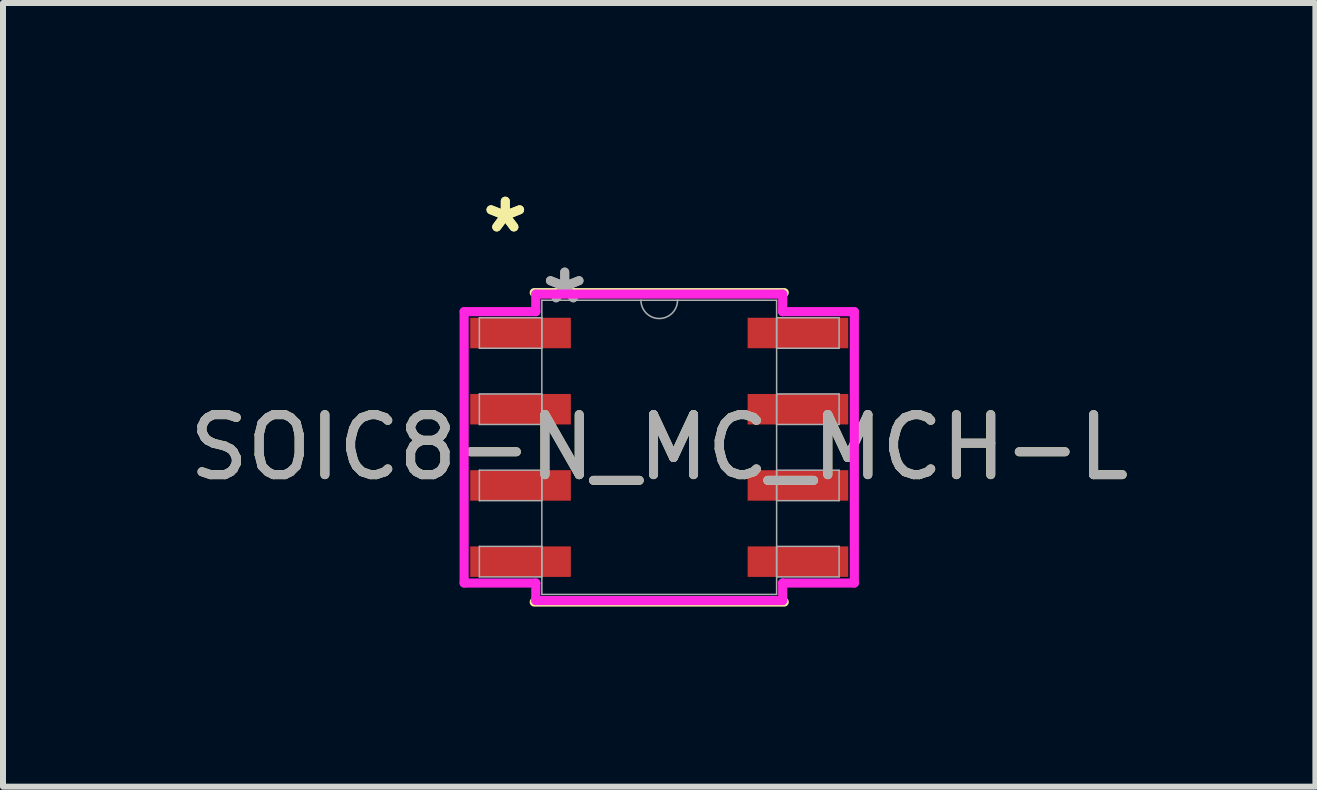
<source format=kicad_pcb>
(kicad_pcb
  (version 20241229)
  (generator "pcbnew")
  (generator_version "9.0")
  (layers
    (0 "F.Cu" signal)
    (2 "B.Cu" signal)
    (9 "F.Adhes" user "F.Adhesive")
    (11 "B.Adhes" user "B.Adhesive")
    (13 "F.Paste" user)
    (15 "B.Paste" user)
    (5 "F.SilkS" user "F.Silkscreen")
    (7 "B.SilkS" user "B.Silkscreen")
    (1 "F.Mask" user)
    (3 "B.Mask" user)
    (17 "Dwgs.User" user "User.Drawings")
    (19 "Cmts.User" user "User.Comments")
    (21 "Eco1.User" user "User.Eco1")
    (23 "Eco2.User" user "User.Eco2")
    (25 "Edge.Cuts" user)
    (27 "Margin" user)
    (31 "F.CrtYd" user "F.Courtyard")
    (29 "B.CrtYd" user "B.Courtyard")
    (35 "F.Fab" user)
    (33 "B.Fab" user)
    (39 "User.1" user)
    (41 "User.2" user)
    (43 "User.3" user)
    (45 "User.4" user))
  (footprint "SOIC8-N_MC_MCH-L"
    (layer "F.Cu")
    (at 7.935 4.404)
    (property "Reference" "SOIC8-N_MC_MCH-L" (at 0 0 0) (unlocked yes) (layer "F.SilkS") (effects (font (size 1 1) (thickness 0.15))))
    (attr smd)
    (fp_line (start -2.083 2.578) (end 2.083 2.578) (stroke (width 0.152) (type solid)) (layer "F.SilkS"))
    (fp_line (start 2.083 -2.578) (end -2.083 -2.578) (stroke (width 0.152) (type solid)) (layer "F.SilkS"))
    (fp_line (start -3.251 -2.261) (end -2.057 -2.261) (stroke (width 0.152) (type solid)) (layer "F.CrtYd"))
    (fp_line (start -3.251 2.261) (end -3.251 -2.261) (stroke (width 0.152) (type solid)) (layer "F.CrtYd"))
    (fp_line (start -3.251 2.261) (end -2.057 2.261) (stroke (width 0.152) (type solid)) (layer "F.CrtYd"))
    (fp_line (start -2.057 -2.553) (end 2.057 -2.553) (stroke (width 0.152) (type solid)) (layer "F.CrtYd"))
    (fp_line (start -2.057 -2.261) (end -2.057 -2.553) (stroke (width 0.152) (type solid)) (layer "F.CrtYd"))
    (fp_line (start -2.057 2.553) (end -2.057 2.261) (stroke (width 0.152) (type solid)) (layer "F.CrtYd"))
    (fp_line (start 2.057 -2.553) (end 2.057 -2.261) (stroke (width 0.152) (type solid)) (layer "F.CrtYd"))
    (fp_line (start 2.057 2.261) (end 2.057 2.553) (stroke (width 0.152) (type solid)) (layer "F.CrtYd"))
    (fp_line (start 2.057 2.553) (end -2.057 2.553) (stroke (width 0.152) (type solid)) (layer "F.CrtYd"))
    (fp_line (start 3.251 -2.261) (end 2.057 -2.261) (stroke (width 0.152) (type solid)) (layer "F.CrtYd"))
    (fp_line (start 3.251 -2.261) (end 3.251 2.261) (stroke (width 0.152) (type solid)) (layer "F.CrtYd"))
    (fp_line (start 3.251 2.261) (end 2.057 2.261) (stroke (width 0.152) (type solid)) (layer "F.CrtYd"))
    (fp_line (start -2.997 -2.159) (end -2.997 -1.651) (stroke (width 0.025) (type solid)) (layer "F.Fab"))
    (fp_line (start -2.997 -1.651) (end -1.956 -1.651) (stroke (width 0.025) (type solid)) (layer "F.Fab"))
    (fp_line (start -2.997 -0.889) (end -2.997 -0.381) (stroke (width 0.025) (type solid)) (layer "F.Fab"))
    (fp_line (start -2.997 -0.381) (end -1.956 -0.381) (stroke (width 0.025) (type solid)) (layer "F.Fab"))
    (fp_line (start -2.997 0.381) (end -2.997 0.889) (stroke (width 0.025) (type solid)) (layer "F.Fab"))
    (fp_line (start -2.997 0.889) (end -1.956 0.889) (stroke (width 0.025) (type solid)) (layer "F.Fab"))
    (fp_line (start -2.997 1.651) (end -2.997 2.159) (stroke (width 0.025) (type solid)) (layer "F.Fab"))
    (fp_line (start -2.997 2.159) (end -1.956 2.159) (stroke (width 0.025) (type solid)) (layer "F.Fab"))
    (fp_line (start -1.956 -2.451) (end -1.956 2.451) (stroke (width 0.025) (type solid)) (layer "F.Fab"))
    (fp_line (start -1.956 -2.159) (end -2.997 -2.159) (stroke (width 0.025) (type solid)) (layer "F.Fab"))
    (fp_line (start -1.956 -1.651) (end -1.956 -2.159) (stroke (width 0.025) (type solid)) (layer "F.Fab"))
    (fp_line (start -1.956 -0.889) (end -2.997 -0.889) (stroke (width 0.025) (type solid)) (layer "F.Fab"))
    (fp_line (start -1.956 -0.381) (end -1.956 -0.889) (stroke (width 0.025) (type solid)) (layer "F.Fab"))
    (fp_line (start -1.956 0.381) (end -2.997 0.381) (stroke (width 0.025) (type solid)) (layer "F.Fab"))
    (fp_line (start -1.956 0.889) (end -1.956 0.381) (stroke (width 0.025) (type solid)) (layer "F.Fab"))
    (fp_line (start -1.956 1.651) (end -2.997 1.651) (stroke (width 0.025) (type solid)) (layer "F.Fab"))
    (fp_line (start -1.956 2.159) (end -1.956 1.651) (stroke (width 0.025) (type solid)) (layer "F.Fab"))
    (fp_line (start -1.956 2.451) (end 1.956 2.451) (stroke (width 0.025) (type solid)) (layer "F.Fab"))
    (fp_line (start 1.956 -2.451) (end -1.956 -2.451) (stroke (width 0.025) (type solid)) (layer "F.Fab"))
    (fp_line (start 1.956 -2.159) (end 1.956 -1.651) (stroke (width 0.025) (type solid)) (layer "F.Fab"))
    (fp_line (start 1.956 -1.651) (end 2.997 -1.651) (stroke (width 0.025) (type solid)) (layer "F.Fab"))
    (fp_line (start 1.956 -0.889) (end 1.956 -0.381) (stroke (width 0.025) (type solid)) (layer "F.Fab"))
    (fp_line (start 1.956 -0.381) (end 2.997 -0.381) (stroke (width 0.025) (type solid)) (layer "F.Fab"))
    (fp_line (start 1.956 0.381) (end 1.956 0.889) (stroke (width 0.025) (type solid)) (layer "F.Fab"))
    (fp_line (start 1.956 0.889) (end 2.997 0.889) (stroke (width 0.025) (type solid)) (layer "F.Fab"))
    (fp_line (start 1.956 1.651) (end 1.956 2.159) (stroke (width 0.025) (type solid)) (layer "F.Fab"))
    (fp_line (start 1.956 2.159) (end 2.997 2.159) (stroke (width 0.025) (type solid)) (layer "F.Fab"))
    (fp_line (start 1.956 2.451) (end 1.956 -2.451) (stroke (width 0.025) (type solid)) (layer "F.Fab"))
    (fp_line (start 2.997 -2.159) (end 1.956 -2.159) (stroke (width 0.025) (type solid)) (layer "F.Fab"))
    (fp_line (start 2.997 -1.651) (end 2.997 -2.159) (stroke (width 0.025) (type solid)) (layer "F.Fab"))
    (fp_line (start 2.997 -0.889) (end 1.956 -0.889) (stroke (width 0.025) (type solid)) (layer "F.Fab"))
    (fp_line (start 2.997 -0.381) (end 2.997 -0.889) (stroke (width 0.025) (type solid)) (layer "F.Fab"))
    (fp_line (start 2.997 0.381) (end 1.956 0.381) (stroke (width 0.025) (type solid)) (layer "F.Fab"))
    (fp_line (start 2.997 0.889) (end 2.997 0.381) (stroke (width 0.025) (type solid)) (layer "F.Fab"))
    (fp_line (start 2.997 1.651) (end 1.956 1.651) (stroke (width 0.025) (type solid)) (layer "F.Fab"))
    (fp_line (start 2.997 2.159) (end 2.997 1.651) (stroke (width 0.025) (type solid)) (layer "F.Fab"))
    (fp_arc (start 0.3048 -2.4511) (mid 0 -2.1463) (end -0.3048 -2.4511) (stroke (width 0.0254) (type solid)) (layer "F.Fab"))
    (fp_text user "*" (at -2.565 -3.556 0) (layer "F.SilkS") (effects (font (size 1 1) (thickness 0.15))))
    (fp_text user "*" (at -2.565 -3.556 0) (unlocked yes) (layer "F.SilkS") (effects (font (size 1 1) (thickness 0.15))))
    (fp_text user "${REFERENCE}" (at 0 0 0) (unlocked yes) (layer "F.Fab") (effects (font (size 1 1) (thickness 0.15))))
    (fp_text user "*" (at -1.575 -2.375 0) (layer "F.Fab") (effects (font (size 1 1) (thickness 0.15))))
    (fp_text user "*" (at -1.575 -2.375 0) (unlocked yes) (layer "F.Fab") (effects (font (size 1 1) (thickness 0.15))))
    (pad "1" smd rect (at -2.311 -1.905) (size 1.676 0.508) (layers "F.Cu" "F.Mask" "F.Paste"))
    (pad "2" smd rect (at -2.311 -0.635) (size 1.676 0.508) (layers "F.Cu" "F.Mask" "F.Paste"))
    (pad "3" smd rect (at -2.311 0.635) (size 1.676 0.508) (layers "F.Cu" "F.Mask" "F.Paste"))
    (pad "4" smd rect (at -2.311 1.905) (size 1.676 0.508) (layers "F.Cu" "F.Mask" "F.Paste"))
    (pad "5" smd rect (at 2.311 1.905) (size 1.676 0.508) (layers "F.Cu" "F.Mask" "F.Paste"))
    (pad "6" smd rect (at 2.311 0.635) (size 1.676 0.508) (layers "F.Cu" "F.Mask" "F.Paste"))
    (pad "7" smd rect (at 2.311 -0.635) (size 1.676 0.508) (layers "F.Cu" "F.Mask" "F.Paste"))
    (pad "8" smd rect (at 2.311 -1.905) (size 1.676 0.508) (layers "F.Cu" "F.Mask" "F.Paste")))
  (gr_rect
    (start -3 -3)
    (end 18.869 10.059)
    (stroke (width 0.1) (type default))
    (fill no)
    (layer "Edge.Cuts")))
</source>
